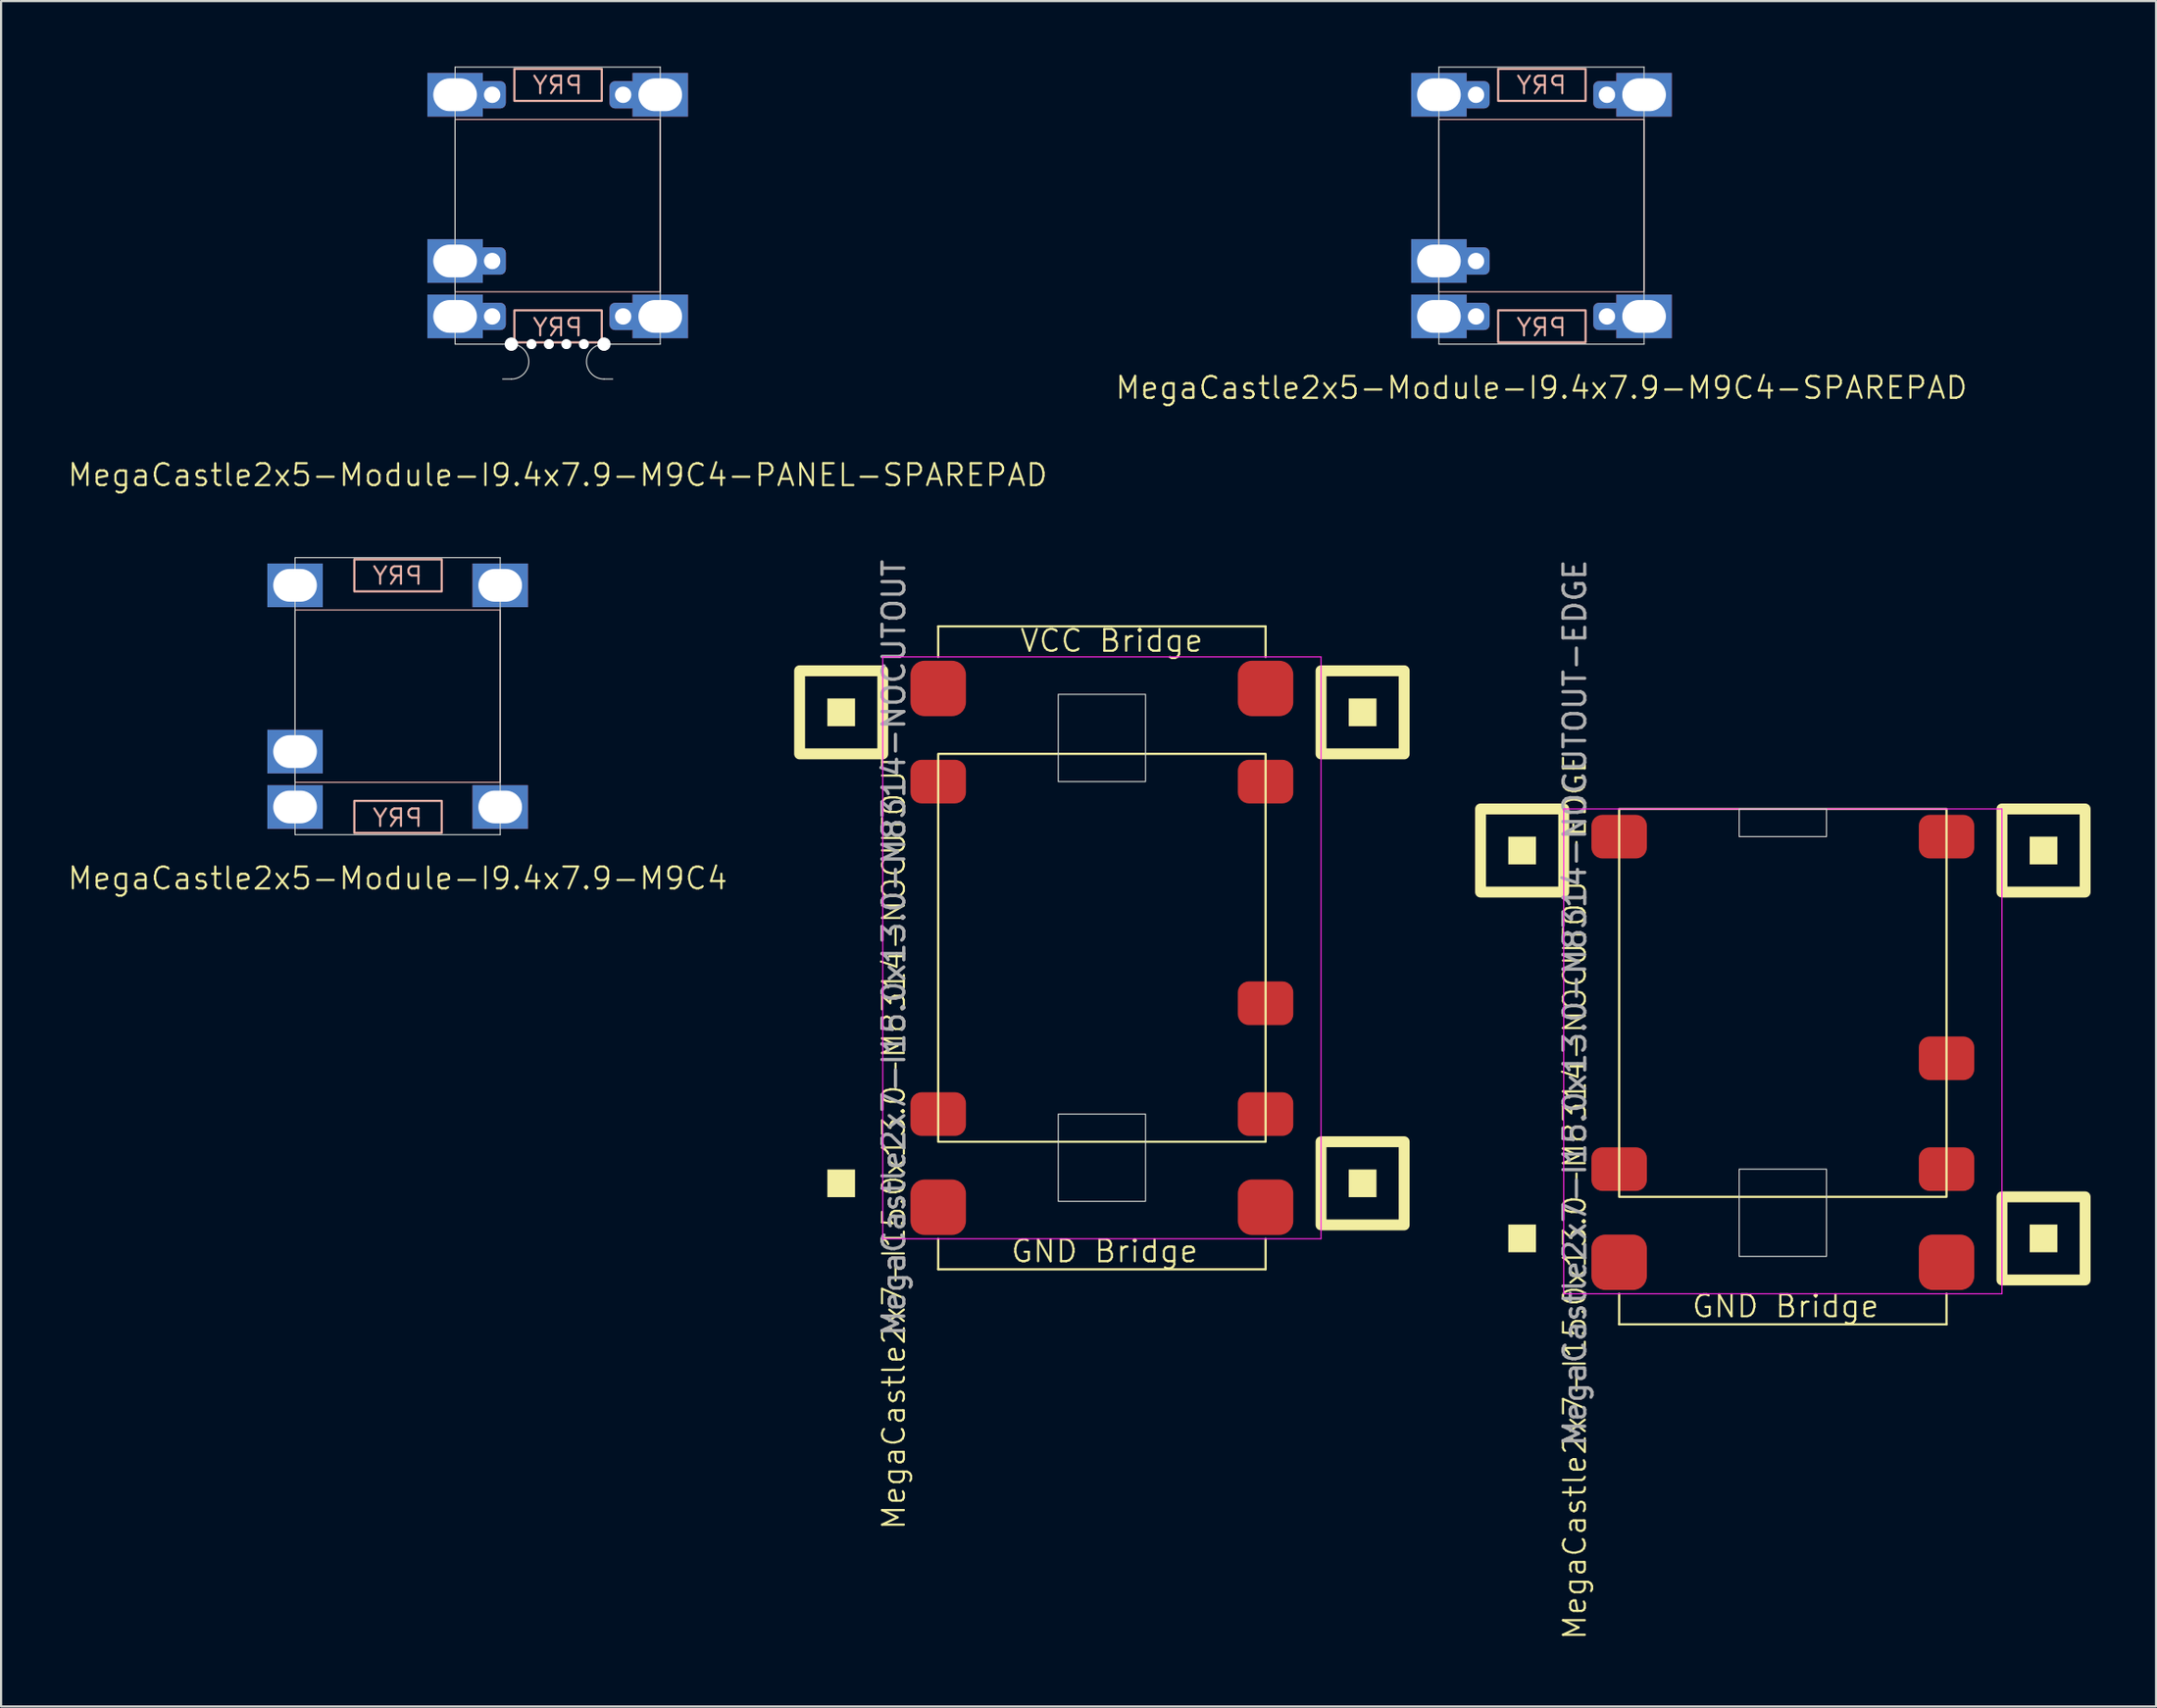
<source format=kicad_pcb>
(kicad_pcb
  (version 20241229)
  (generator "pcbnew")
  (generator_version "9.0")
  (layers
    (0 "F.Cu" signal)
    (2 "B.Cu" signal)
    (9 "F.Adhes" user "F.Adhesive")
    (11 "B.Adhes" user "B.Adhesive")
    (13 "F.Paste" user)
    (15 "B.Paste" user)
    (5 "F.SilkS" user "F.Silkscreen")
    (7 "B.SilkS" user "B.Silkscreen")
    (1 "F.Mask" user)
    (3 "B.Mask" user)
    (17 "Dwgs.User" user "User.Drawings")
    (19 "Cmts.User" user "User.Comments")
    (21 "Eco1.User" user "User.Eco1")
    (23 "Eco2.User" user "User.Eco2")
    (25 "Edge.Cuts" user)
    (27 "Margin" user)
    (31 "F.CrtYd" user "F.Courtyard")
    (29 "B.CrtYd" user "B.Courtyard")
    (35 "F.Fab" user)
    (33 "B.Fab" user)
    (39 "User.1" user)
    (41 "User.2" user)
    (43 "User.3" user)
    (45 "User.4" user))
  (footprint "MegaCastle2x7-I15.0x13.0-M8314-NOCUTOUT"
    (layer "F.Cu")
    (at 47.438 40.396)
    (property "Reference" "MegaCastle2x7-I15.0x13.0-M8314-NOCUTOUT" (at -9.532 8.89 90) (unlocked yes) (layer "F.SilkS") (effects (font (size 1 1) (thickness 0.1))))
    (attr smd)
    (fp_line (start -7.5 -14.735) (end 7.5 -14.735) (stroke (width 0.1) (type default)) (layer "F.SilkS"))
    (fp_line (start -7.5 -13.335) (end -7.5 -14.735) (stroke (width 0.1) (type default)) (layer "F.SilkS"))
    (fp_line (start -7.5 13.335) (end -7.5 14.735) (stroke (width 0.1) (type default)) (layer "F.SilkS"))
    (fp_line (start -7.5 14.735) (end 7.5 14.735) (stroke (width 0.1) (type default)) (layer "F.SilkS"))
    (fp_line (start 7.5 -13.335) (end 7.5 -14.735) (stroke (width 0.1) (type default)) (layer "F.SilkS"))
    (fp_line (start 7.5 13.335) (end 7.5 14.735) (stroke (width 0.1) (type default)) (layer "F.SilkS"))
    (fp_rect (start -11.31 -10.16) (end -12.58 -11.43) (stroke (width 0) (type solid)) (fill yes) (layer "F.SilkS"))
    (fp_rect (start -11.31 11.43) (end -12.58 10.16) (stroke (width 0) (type solid)) (fill yes) (layer "F.SilkS"))
    (fp_rect (start -10.04 -8.89) (end -13.85 -12.7) (stroke (width 0.5) (type default)) (fill no) (layer "F.SilkS"))
    (fp_rect (start -7.5 -8.89) (end 7.5 8.89) (stroke (width 0.1) (type default)) (fill no) (layer "F.SilkS"))
    (fp_rect (start 12.58 -10.16) (end 11.31 -11.43) (stroke (width 0) (type solid)) (fill yes) (layer "F.SilkS"))
    (fp_rect (start 12.58 11.43) (end 11.31 10.16) (stroke (width 0) (type solid)) (fill yes) (layer "F.SilkS"))
    (fp_rect (start 13.85 -8.89) (end 10.04 -12.7) (stroke (width 0.5) (type default)) (fill no) (layer "F.SilkS"))
    (fp_rect (start 13.85 12.7) (end 10.04 8.89) (stroke (width 0.5) (type default)) (fill no) (layer "F.SilkS"))
    (fp_rect (start -2 -7.62) (end 2 -11.62) (stroke (width 0.05) (type default)) (fill no) (layer "Edge.Cuts"))
    (fp_rect (start -2 7.62) (end 2 11.62) (stroke (width 0.05) (type default)) (fill no) (layer "Edge.Cuts"))
    (fp_line (start -10.04 -13.335) (end -10.04 13.335) (stroke (width 0.05) (type default)) (layer "F.CrtYd"))
    (fp_line (start -10.04 13.335) (end 10.04 13.335) (stroke (width 0.05) (type default)) (layer "F.CrtYd"))
    (fp_line (start 10.04 -13.335) (end -10.04 -13.335) (stroke (width 0.05) (type default)) (layer "F.CrtYd"))
    (fp_line (start 10.04 -13.335) (end 10.04 13.335) (stroke (width 0.05) (type default)) (layer "F.CrtYd"))
    (fp_text user "VCC Bridge" (at -3.81 -13.49 0) (unlocked yes) (layer "F.SilkS") (effects (font (size 1 1) (thickness 0.1)) (justify left bottom)))
    (fp_text user "GND Bridge" (at -4.226 14.49 0) (unlocked yes) (layer "F.SilkS") (effects (font (size 1 1) (thickness 0.1)) (justify left bottom)))
    (fp_text user "${REFERENCE}" (at -9.532 0 90) (unlocked yes) (layer "F.Fab") (effects (font (size 1 1) (thickness 0.15))))
    (pad "1" smd roundrect (at -7.5 -7.62) (size 2.54 2) (layers "F.Cu" "F.Mask" "F.Paste") (roundrect_rratio 0.25))
    (pad "7" smd roundrect (at -7.5 7.62) (size 2.54 2) (layers "F.Cu" "F.Mask" "F.Paste") (roundrect_rratio 0.25))
    (pad "8" smd roundrect (at 7.5 -7.62) (size 2.54 2) (layers "F.Cu" "F.Mask" "F.Paste") (roundrect_rratio 0.25))
    (pad "12" smd roundrect (at 7.5 2.54) (size 2.54 2) (layers "F.Cu" "F.Mask" "F.Paste") (roundrect_rratio 0.25))
    (pad "14" smd roundrect (at 7.5 7.62) (size 2.54 2) (layers "F.Cu" "F.Mask" "F.Paste") (roundrect_rratio 0.25))
    (pad "A1" smd roundrect (at -7.5 -11.89) (size 2.54 2.54) (layers "F.Cu" "F.Mask" "F.Paste") (roundrect_rratio 0.25))
    (pad "A2" smd roundrect (at 7.5 -11.89) (size 2.54 2.54) (layers "F.Cu" "F.Mask" "F.Paste") (roundrect_rratio 0.25))
    (pad "B1" smd roundrect (at -7.5 11.89) (size 2.54 2.54) (layers "F.Cu" "F.Mask" "F.Paste") (roundrect_rratio 0.25))
    (pad "B2" smd roundrect (at 7.5 11.89) (size 2.54 2.54) (layers "F.Cu" "F.Mask" "F.Paste") (roundrect_rratio 0.25)))
  (footprint "MegaCastle2x5-Module-I9.4x7.9-M9C4"
    (layer "F.Cu")
    (at 15.169 28.86)
    (property "Reference" "MegaCastle2x5-Module-I9.4x7.9-M9C4" (at 0 8.35 0) (unlocked yes) (layer "F.SilkS") (effects (font (size 1 1) (thickness 0.1))))
    (attr smd)
    (fp_rect (start -4.7 3.95) (end 4.7 -3.95) (stroke (width 0.05) (type default)) (fill no) (layer "B.SilkS"))
    (fp_rect (start -1.984 -4.801) (end 2.02 -6.27) (stroke (width 0.1) (type default)) (fill no) (layer "B.SilkS"))
    (fp_rect (start -1.984 4.801) (end 2.02 6.27) (stroke (width 0.1) (type default)) (fill no) (layer "B.SilkS"))
    (fp_line (start -4.7 -6.35) (end -4.7 6.35) (stroke (width 0.05) (type default)) (layer "Edge.Cuts"))
    (fp_line (start -4.7 -6.35) (end 4.7 -6.35) (stroke (width 0.05) (type default)) (layer "Edge.Cuts"))
    (fp_line (start -4.7 6.35) (end 4.7 6.35) (stroke (width 0.05) (type default)) (layer "Edge.Cuts"))
    (fp_line (start 4.7 -6.35) (end 4.7 6.35) (stroke (width 0.05) (type default)) (layer "Edge.Cuts"))
    (fp_text user "PRY" (at 0 -5.05 0) (unlocked yes) (layer "B.SilkS") (effects (font (size 0.8 0.8) (thickness 0.1)) (justify bottom mirror)))
    (fp_text user "PRY" (at 0 6.05 0) (unlocked yes) (layer "B.SilkS") (effects (font (size 0.8 0.8) (thickness 0.1)) (justify bottom mirror)))
    (pad "1" thru_hole rect (at -4.7 -5.08) (size 2.54 2) (drill oval 2 1.5) (property pad_prop_castellated) (layers "*.Cu" "*.Mask"))
    (pad "4" thru_hole rect (at -4.7 2.54) (size 2.54 2) (drill oval 2 1.5) (property pad_prop_castellated) (layers "*.Cu" "*.Mask"))
    (pad "5" thru_hole rect (at -4.7 5.08) (size 2.54 2) (drill oval 2 1.5) (property pad_prop_castellated) (layers "*.Cu" "*.Mask"))
    (pad "6" thru_hole rect (at 4.7 -5.08) (size 2.54 2) (drill oval 2 1.5) (property pad_prop_castellated) (layers "*.Cu" "*.Mask"))
    (pad "10" thru_hole rect (at 4.7 5.08) (size 2.54 2) (drill oval 2 1.5) (property pad_prop_castellated) (layers "*.Cu" "*.Mask"))
    (zone (net_name "") (layer "B.Cu") (hatch edge 0.5) (connect_pads) (min_thickness 0.25) (filled_areas_thickness no) (keepout (tracks allowed) (vias allowed) (pads allowed) (copperpour allowed) (footprints not_allowed)) (placement (enabled no)) (fill) (polygon (pts (xy 10.469 35.211) (xy 10.469 22.511))))
    (zone (net_name "") (layer "B.Cu") (hatch edge 0.5) (connect_pads) (min_thickness 0.25) (filled_areas_thickness no) (keepout (tracks allowed) (vias allowed) (pads allowed) (copperpour allowed) (footprints not_allowed)) (placement (enabled no)) (fill) (polygon (pts (xy 19.869 35.211) (xy 19.869 22.511))))
    (zone (net_name "") (layer "B.Cu") (hatch edge 0.5) (connect_pads) (min_thickness 0.25) (filled_areas_thickness no) (keepout (tracks allowed) (vias allowed) (pads allowed) (copperpour allowed) (footprints not_allowed)) (placement (enabled no)) (fill) (polygon (pts (xy 10.469 22.511) (xy 10.469 24.91) (xy 19.869 24.91) (xy 19.869 22.511))))
    (zone (net_name "") (layer "B.Cu") (hatch edge 0.5) (connect_pads) (min_thickness 0.25) (filled_areas_thickness no) (keepout (tracks allowed) (vias allowed) (pads allowed) (copperpour allowed) (footprints not_allowed)) (placement (enabled no)) (fill) (polygon (pts (xy 10.469 35.211) (xy 10.469 32.81) (xy 19.869 32.81) (xy 19.869 35.211))))
    (zone (net_name "") (layer "B.Cu") (name "Upper Pry Zone") (hatch edge 0.5) (connect_pads) (min_thickness 0.25) (filled_areas_thickness no) (keepout (tracks not_allowed) (vias not_allowed) (pads not_allowed) (copperpour allowed) (footprints not_allowed)) (placement (enabled no)) (fill) (polygon (pts (xy 13.185 24.059) (xy 13.185 22.59) (xy 17.189 22.59) (xy 17.189 24.059))))
    (zone (net_name "") (layer "B.Cu") (name "Upper Pry Zone") (hatch edge 0.5) (connect_pads) (min_thickness 0.25) (filled_areas_thickness no) (keepout (tracks not_allowed) (vias not_allowed) (pads not_allowed) (copperpour allowed) (footprints not_allowed)) (placement (enabled no)) (fill) (polygon (pts (xy 13.185 33.662) (xy 13.185 35.13) (xy 17.189 35.13) (xy 17.189 33.662)))))
  (footprint "MegaCastle2x5-Module-I9.4x7.9-M9C4-PANEL-SPAREPAD"
    (layer "F.Cu")
    (at 22.502 6.375)
    (property "Reference" "MegaCastle2x5-Module-I9.4x7.9-M9C4-PANEL-SPAREPAD" (at 0 12.35 0) (unlocked yes) (layer "F.SilkS") (effects (font (size 1 1) (thickness 0.1))))
    (attr smd)
    (fp_rect (start -4.7 3.95) (end 4.7 -3.95) (stroke (width 0.05) (type default)) (fill no) (layer "B.SilkS"))
    (fp_rect (start -1.984 -4.801) (end 2.02 -6.27) (stroke (width 0.1) (type default)) (fill no) (layer "B.SilkS"))
    (fp_rect (start -1.984 4.801) (end 2.02 6.27) (stroke (width 0.1) (type default)) (fill no) (layer "B.SilkS"))
    (fp_line (start -4.7 -6.35) (end -4.7 6.35) (stroke (width 0.05) (type default)) (layer "Edge.Cuts"))
    (fp_line (start -4.7 -6.35) (end 4.7 -6.35) (stroke (width 0.05) (type default)) (layer "Edge.Cuts"))
    (fp_line (start -4.7 6.35) (end -2.522 6.35) (stroke (width 0.05) (type default)) (layer "Edge.Cuts"))
    (fp_line (start -2.522 6.35) (end -2.123 6.35) (stroke (width 0.05) (type default)) (layer "Edge.Cuts"))
    (fp_line (start -2.522 7.95) (end -2.123 7.95) (stroke (width 0.05) (type default)) (layer "Edge.Cuts"))
    (fp_line (start 2.522 6.35) (end 2.123 6.35) (stroke (width 0.05) (type default)) (layer "Edge.Cuts"))
    (fp_line (start 2.522 6.35) (end 4.7 6.35) (stroke (width 0.05) (type default)) (layer "Edge.Cuts"))
    (fp_line (start 2.522 7.95) (end 2.123 7.95) (stroke (width 0.05) (type default)) (layer "Edge.Cuts"))
    (fp_line (start 4.7 -6.35) (end 4.7 6.35) (stroke (width 0.05) (type default)) (layer "Edge.Cuts"))
    (fp_arc (start -2.1225 6.35) (mid -1.3225 7.15) (end -2.1225 7.95) (stroke (width 0.05) (type default)) (layer "Edge.Cuts"))
    (fp_arc (start 2.1225 7.95) (mid 1.3225 7.15) (end 2.1225 6.35) (stroke (width 0.05) (type default)) (layer "Edge.Cuts"))
    (fp_text user "PRY" (at 0 6.05 0) (unlocked yes) (layer "B.SilkS") (effects (font (size 0.8 0.8) (thickness 0.1)) (justify bottom mirror)))
    (fp_text user "PRY" (at 0 -5.05 0) (unlocked yes) (layer "B.SilkS") (effects (font (size 0.8 0.8) (thickness 0.1)) (justify bottom mirror)))
    (pad "" np_thru_hole circle (at -2.123 6.35) (size 0.6 0.6) (drill 0.6) (layers "*.Cu" "Edge.Cuts"))
    (pad "" np_thru_hole circle (at -1.2 6.35) (size 0.45 0.45) (drill 0.45) (layers "*.Cu" "Edge.Cuts"))
    (pad "" np_thru_hole circle (at -0.4 6.35) (size 0.45 0.45) (drill 0.45) (layers "*.Cu" "Edge.Cuts"))
    (pad "" np_thru_hole circle (at 0.4 6.35) (size 0.45 0.45) (drill 0.45) (layers "*.Cu" "Edge.Cuts"))
    (pad "" np_thru_hole circle (at 1.2 6.35) (size 0.45 0.45) (drill 0.45) (layers "*.Cu" "Edge.Cuts"))
    (pad "" np_thru_hole circle (at 2.123 6.35) (size 0.6 0.6) (drill 0.6) (layers "*.Cu" "Edge.Cuts"))
    (pad "1" thru_hole rect (at -4.7 -5.08) (size 2.54 2) (drill oval 2 1.5) (property pad_prop_castellated) (layers "*.Cu" "*.Mask"))
    (pad "1" thru_hole roundrect (at -3 -5.08 180) (size 1.25 1.25) (drill 0.75) (layers "*.Cu" "*.Mask") (roundrect_rratio 0.2))
    (pad "4" thru_hole rect (at -4.7 2.54) (size 2.54 2) (drill oval 2 1.5) (property pad_prop_castellated) (layers "*.Cu" "*.Mask"))
    (pad "4" thru_hole roundrect (at -3 2.54 180) (size 1.25 1.25) (drill 0.75) (layers "*.Cu" "*.Mask") (roundrect_rratio 0.2))
    (pad "5" thru_hole rect (at -4.7 5.08) (size 2.54 2) (drill oval 2 1.5) (property pad_prop_castellated) (layers "*.Cu" "*.Mask"))
    (pad "5" thru_hole roundrect (at -3 5.08 180) (size 1.25 1.25) (drill 0.75) (layers "*.Cu" "*.Mask") (roundrect_rratio 0.2))
    (pad "6" thru_hole roundrect (at 3 -5.08 180) (size 1.25 1.25) (drill 0.75) (layers "*.Cu" "*.Mask") (roundrect_rratio 0.2))
    (pad "6" thru_hole rect (at 4.7 -5.08) (size 2.54 2) (drill oval 2 1.5) (property pad_prop_castellated) (layers "*.Cu" "*.Mask"))
    (pad "10" thru_hole roundrect (at 3 5.08 180) (size 1.25 1.25) (drill 0.75) (layers "*.Cu" "*.Mask") (roundrect_rratio 0.2))
    (pad "10" thru_hole rect (at 4.7 5.08) (size 2.54 2) (drill oval 2 1.5) (property pad_prop_castellated) (layers "*.Cu" "*.Mask"))
    (zone (net_name "") (layer "B.Cu") (hatch edge 0.5) (connect_pads) (min_thickness 0.25) (filled_areas_thickness no) (keepout (tracks allowed) (vias allowed) (pads allowed) (copperpour allowed) (footprints not_allowed)) (placement (enabled no)) (fill) (polygon (pts (xy 17.802 12.725) (xy 17.802 0.025))))
    (zone (net_name "") (layer "B.Cu") (hatch edge 0.5) (connect_pads) (min_thickness 0.25) (filled_areas_thickness no) (keepout (tracks allowed) (vias allowed) (pads allowed) (copperpour allowed) (footprints not_allowed)) (placement (enabled no)) (fill) (polygon (pts (xy 27.202 12.725) (xy 27.202 0.025))))
    (zone (net_name "") (layer "B.Cu") (hatch edge 0.5) (connect_pads) (min_thickness 0.25) (filled_areas_thickness no) (keepout (tracks allowed) (vias allowed) (pads allowed) (copperpour allowed) (footprints not_allowed)) (placement (enabled no)) (fill) (polygon (pts (xy 17.802 0.025) (xy 17.802 2.425) (xy 27.202 2.425) (xy 27.202 0.025))))
    (zone (net_name "") (layer "B.Cu") (hatch edge 0.5) (connect_pads) (min_thickness 0.25) (filled_areas_thickness no) (keepout (tracks allowed) (vias allowed) (pads allowed) (copperpour allowed) (footprints not_allowed)) (placement (enabled no)) (fill) (polygon (pts (xy 17.802 12.725) (xy 17.802 10.325) (xy 27.202 10.325) (xy 27.202 12.725))))
    (zone (net_name "") (layer "B.Cu") (name "Upper Pry Zone") (hatch edge 0.5) (connect_pads) (min_thickness 0.25) (filled_areas_thickness no) (keepout (tracks not_allowed) (vias not_allowed) (pads not_allowed) (copperpour allowed) (footprints not_allowed)) (placement (enabled no)) (fill) (polygon (pts (xy 20.518 1.574) (xy 20.518 0.105) (xy 24.522 0.105) (xy 24.522 1.574))))
    (zone (net_name "") (layer "B.Cu") (name "Upper Pry Zone") (hatch edge 0.5) (connect_pads) (min_thickness 0.25) (filled_areas_thickness no) (keepout (tracks not_allowed) (vias not_allowed) (pads not_allowed) (copperpour allowed) (footprints not_allowed)) (placement (enabled no)) (fill) (polygon (pts (xy 20.518 11.176) (xy 20.518 12.645) (xy 24.522 12.645) (xy 24.522 11.176)))))
  (footprint "MegaCastle2x7-I15.0x13.0-M8314-NOCUTOUT-EDGE"
    (layer "F.Cu")
    (at 78.638 42.92)
    (property "Reference" "MegaCastle2x7-I15.0x13.0-M8314-NOCUTOUT-EDGE" (at -9.532 8.89 90) (unlocked yes) (layer "F.SilkS") (effects (font (size 1 1) (thickness 0.1))))
    (attr smd)
    (fp_line (start -7.5 13.335) (end -7.5 14.735) (stroke (width 0.1) (type default)) (layer "F.SilkS"))
    (fp_line (start -7.5 14.735) (end 7.5 14.735) (stroke (width 0.1) (type default)) (layer "F.SilkS"))
    (fp_line (start 7.5 13.335) (end 7.5 14.735) (stroke (width 0.1) (type default)) (layer "F.SilkS"))
    (fp_rect (start -11.31 -6.35) (end -12.58 -7.62) (stroke (width 0) (type solid)) (fill yes) (layer "F.SilkS"))
    (fp_rect (start -11.31 11.43) (end -12.58 10.16) (stroke (width 0) (type solid)) (fill yes) (layer "F.SilkS"))
    (fp_rect (start -10.04 -5.08) (end -13.85 -8.89) (stroke (width 0.5) (type default)) (fill no) (layer "F.SilkS"))
    (fp_rect (start -7.5 -8.89) (end 7.5 8.89) (stroke (width 0.1) (type default)) (fill no) (layer "F.SilkS"))
    (fp_rect (start 12.58 -6.35) (end 11.31 -7.62) (stroke (width 0) (type solid)) (fill yes) (layer "F.SilkS"))
    (fp_rect (start 12.58 11.43) (end 11.31 10.16) (stroke (width 0) (type solid)) (fill yes) (layer "F.SilkS"))
    (fp_rect (start 13.85 -5.08) (end 10.04 -8.89) (stroke (width 0.5) (type default)) (fill no) (layer "F.SilkS"))
    (fp_rect (start 13.85 12.7) (end 10.04 8.89) (stroke (width 0.5) (type default)) (fill no) (layer "F.SilkS"))
    (fp_rect (start -2 -7.62) (end 2 -8.89) (stroke (width 0.05) (type default)) (fill no) (layer "Edge.Cuts"))
    (fp_rect (start -2 7.62) (end 2 11.62) (stroke (width 0.05) (type default)) (fill no) (layer "Edge.Cuts"))
    (fp_line (start -10.04 -8.89) (end -10.04 13.335) (stroke (width 0.05) (type default)) (layer "F.CrtYd"))
    (fp_line (start -10.04 13.335) (end 10.04 13.335) (stroke (width 0.05) (type default)) (layer "F.CrtYd"))
    (fp_line (start 10.04 -8.89) (end -10.04 -8.89) (stroke (width 0.05) (type default)) (layer "F.CrtYd"))
    (fp_line (start 10.04 -8.89) (end 10.04 13.335) (stroke (width 0.05) (type default)) (layer "F.CrtYd"))
    (fp_text user "GND Bridge" (at -4.226 14.49 0) (unlocked yes) (layer "F.SilkS") (effects (font (size 1 1) (thickness 0.1)) (justify left bottom)))
    (fp_text user "${REFERENCE}" (at -9.532 0 90) (unlocked yes) (layer "F.Fab") (effects (font (size 1 1) (thickness 0.15))))
    (pad "1" smd roundrect (at -7.5 -7.62) (size 2.54 2) (layers "F.Cu" "F.Mask" "F.Paste") (roundrect_rratio 0.25))
    (pad "7" smd roundrect (at -7.5 7.62) (size 2.54 2) (layers "F.Cu" "F.Mask" "F.Paste") (roundrect_rratio 0.25))
    (pad "8" smd roundrect (at 7.5 -7.62) (size 2.54 2) (layers "F.Cu" "F.Mask" "F.Paste") (roundrect_rratio 0.25))
    (pad "12" smd roundrect (at 7.5 2.54) (size 2.54 2) (layers "F.Cu" "F.Mask" "F.Paste") (roundrect_rratio 0.25))
    (pad "14" smd roundrect (at 7.5 7.62) (size 2.54 2) (layers "F.Cu" "F.Mask" "F.Paste") (roundrect_rratio 0.25))
    (pad "B1" smd roundrect (at -7.5 11.89) (size 2.54 2.54) (layers "F.Cu" "F.Mask" "F.Paste") (roundrect_rratio 0.25))
    (pad "B2" smd roundrect (at 7.5 11.89) (size 2.54 2.54) (layers "F.Cu" "F.Mask" "F.Paste") (roundrect_rratio 0.25)))
  (footprint "MegaCastle2x5-Module-I9.4x7.9-M9C4-SPAREPAD"
    (layer "F.Cu")
    (at 67.579 6.375)
    (property "Reference" "MegaCastle2x5-Module-I9.4x7.9-M9C4-SPAREPAD" (at 0 8.35 0) (unlocked yes) (layer "F.SilkS") (effects (font (size 1 1) (thickness 0.1))))
    (attr smd)
    (fp_rect (start -4.7 3.95) (end 4.7 -3.95) (stroke (width 0.05) (type default)) (fill no) (layer "B.SilkS"))
    (fp_rect (start -1.984 -4.801) (end 2.02 -6.27) (stroke (width 0.1) (type default)) (fill no) (layer "B.SilkS"))
    (fp_rect (start -1.984 4.801) (end 2.02 6.27) (stroke (width 0.1) (type default)) (fill no) (layer "B.SilkS"))
    (fp_line (start -4.7 -6.35) (end -4.7 6.35) (stroke (width 0.05) (type default)) (layer "Edge.Cuts"))
    (fp_line (start -4.7 -6.35) (end 4.7 -6.35) (stroke (width 0.05) (type default)) (layer "Edge.Cuts"))
    (fp_line (start -4.7 6.35) (end 4.7 6.35) (stroke (width 0.05) (type default)) (layer "Edge.Cuts"))
    (fp_line (start 4.7 -6.35) (end 4.7 6.35) (stroke (width 0.05) (type default)) (layer "Edge.Cuts"))
    (fp_text user "PRY" (at 0 6.05 0) (unlocked yes) (layer "B.SilkS") (effects (font (size 0.8 0.8) (thickness 0.1)) (justify bottom mirror)))
    (fp_text user "PRY" (at 0 -5.05 0) (unlocked yes) (layer "B.SilkS") (effects (font (size 0.8 0.8) (thickness 0.1)) (justify bottom mirror)))
    (pad "1" thru_hole rect (at -4.7 -5.08) (size 2.54 2) (drill oval 2 1.5) (property pad_prop_castellated) (layers "*.Cu" "*.Mask"))
    (pad "1" thru_hole roundrect (at -3 -5.08 180) (size 1.25 1.25) (drill 0.75) (layers "*.Cu" "*.Mask") (roundrect_rratio 0.2))
    (pad "4" thru_hole rect (at -4.7 2.54) (size 2.54 2) (drill oval 2 1.5) (property pad_prop_castellated) (layers "*.Cu" "*.Mask"))
    (pad "4" thru_hole roundrect (at -3 2.54 180) (size 1.25 1.25) (drill 0.75) (layers "*.Cu" "*.Mask") (roundrect_rratio 0.2))
    (pad "5" thru_hole rect (at -4.7 5.08) (size 2.54 2) (drill oval 2 1.5) (property pad_prop_castellated) (layers "*.Cu" "*.Mask"))
    (pad "5" thru_hole roundrect (at -3 5.08 180) (size 1.25 1.25) (drill 0.75) (layers "*.Cu" "*.Mask") (roundrect_rratio 0.2))
    (pad "6" thru_hole roundrect (at 3 -5.08 180) (size 1.25 1.25) (drill 0.75) (layers "*.Cu" "*.Mask") (roundrect_rratio 0.2))
    (pad "6" thru_hole rect (at 4.7 -5.08) (size 2.54 2) (drill oval 2 1.5) (property pad_prop_castellated) (layers "*.Cu" "*.Mask"))
    (pad "10" thru_hole roundrect (at 3 5.08 180) (size 1.25 1.25) (drill 0.75) (layers "*.Cu" "*.Mask") (roundrect_rratio 0.2))
    (pad "10" thru_hole rect (at 4.7 5.08) (size 2.54 2) (drill oval 2 1.5) (property pad_prop_castellated) (layers "*.Cu" "*.Mask"))
    (zone (net_name "") (layer "B.Cu") (hatch edge 0.5) (connect_pads) (min_thickness 0.25) (filled_areas_thickness no) (keepout (tracks allowed) (vias allowed) (pads allowed) (copperpour allowed) (footprints not_allowed)) (placement (enabled no)) (fill) (polygon (pts (xy 62.879 12.725) (xy 62.879 0.025))))
    (zone (net_name "") (layer "B.Cu") (hatch edge 0.5) (connect_pads) (min_thickness 0.25) (filled_areas_thickness no) (keepout (tracks allowed) (vias allowed) (pads allowed) (copperpour allowed) (footprints not_allowed)) (placement (enabled no)) (fill) (polygon (pts (xy 72.279 12.725) (xy 72.279 0.025))))
    (zone (net_name "") (layer "B.Cu") (hatch edge 0.5) (connect_pads) (min_thickness 0.25) (filled_areas_thickness no) (keepout (tracks allowed) (vias allowed) (pads allowed) (copperpour allowed) (footprints not_allowed)) (placement (enabled no)) (fill) (polygon (pts (xy 62.879 0.025) (xy 62.879 2.425) (xy 72.279 2.425) (xy 72.279 0.025))))
    (zone (net_name "") (layer "B.Cu") (hatch edge 0.5) (connect_pads) (min_thickness 0.25) (filled_areas_thickness no) (keepout (tracks allowed) (vias allowed) (pads allowed) (copperpour allowed) (footprints not_allowed)) (placement (enabled no)) (fill) (polygon (pts (xy 62.879 12.725) (xy 62.879 10.325) (xy 72.279 10.325) (xy 72.279 12.725))))
    (zone (net_name "") (layer "B.Cu") (name "Upper Pry Zone") (hatch edge 0.5) (connect_pads) (min_thickness 0.25) (filled_areas_thickness no) (keepout (tracks not_allowed) (vias not_allowed) (pads not_allowed) (copperpour allowed) (footprints not_allowed)) (placement (enabled no)) (fill) (polygon (pts (xy 65.594 1.574) (xy 65.594 0.105) (xy 69.598 0.105) (xy 69.598 1.574))))
    (zone (net_name "") (layer "B.Cu") (name "Upper Pry Zone") (hatch edge 0.5) (connect_pads) (min_thickness 0.25) (filled_areas_thickness no) (keepout (tracks not_allowed) (vias not_allowed) (pads not_allowed) (copperpour allowed) (footprints not_allowed)) (placement (enabled no)) (fill) (polygon (pts (xy 65.594 11.176) (xy 65.594 12.645) (xy 69.598 12.645) (xy 69.598 11.176)))))
  (gr_rect
    (start -3 -3)
    (end 95.738 75.17)
    (stroke (width 0.1) (type default))
    (fill no)
    (layer "Edge.Cuts")))
</source>
